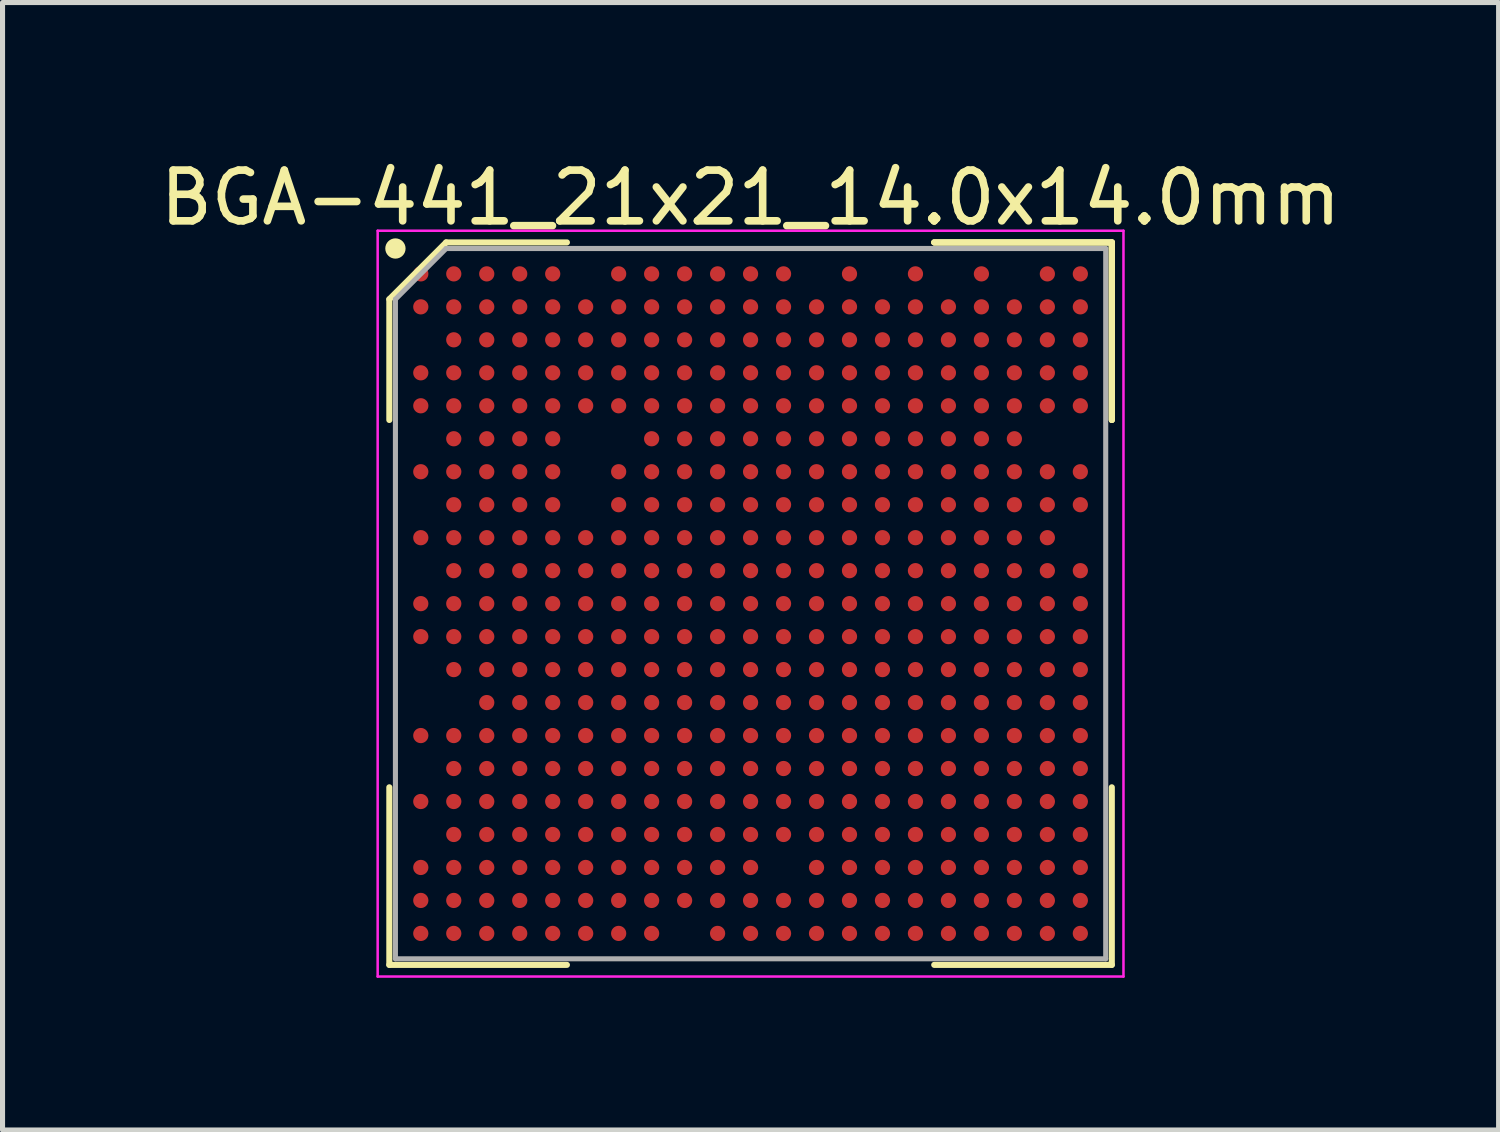
<source format=kicad_pcb>
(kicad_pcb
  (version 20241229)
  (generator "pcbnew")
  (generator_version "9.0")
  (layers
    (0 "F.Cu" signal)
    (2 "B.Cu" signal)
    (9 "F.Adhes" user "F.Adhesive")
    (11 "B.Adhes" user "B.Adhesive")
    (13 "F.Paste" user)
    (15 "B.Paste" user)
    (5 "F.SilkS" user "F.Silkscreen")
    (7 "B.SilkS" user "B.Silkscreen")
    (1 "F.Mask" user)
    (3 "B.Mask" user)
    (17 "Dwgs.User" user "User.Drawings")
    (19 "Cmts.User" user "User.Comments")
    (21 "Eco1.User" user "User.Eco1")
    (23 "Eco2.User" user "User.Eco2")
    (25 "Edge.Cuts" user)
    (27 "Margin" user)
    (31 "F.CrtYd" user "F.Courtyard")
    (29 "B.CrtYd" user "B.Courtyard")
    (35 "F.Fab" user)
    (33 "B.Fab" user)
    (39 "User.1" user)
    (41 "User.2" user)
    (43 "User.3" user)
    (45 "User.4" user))
  (footprint "BGA-441_21x21_14.0x14.0mm"
    (layer "F.Cu")
    (at 11.744 8.848)
    (property "Reference" "BGA-441_21x21_14.0x14.0mm" (at 0 -8 0) (layer "F.SilkS") (effects (font (size 1 1) (thickness 0.15))))
    (attr through_hole)
    (fp_line (start -7.12 -6) (end -7.12 -3.62) (stroke (width 0.12) (type default)) (layer "F.SilkS"))
    (fp_line (start -7.12 7.12) (end -7.12 3.62) (stroke (width 0.12) (type default)) (layer "F.SilkS"))
    (fp_line (start -6 -7.12) (end -7.12 -6) (stroke (width 0.12) (type default)) (layer "F.SilkS"))
    (fp_line (start -3.62 -7.12) (end -6 -7.12) (stroke (width 0.12) (type default)) (layer "F.SilkS"))
    (fp_line (start -3.62 7.12) (end -7.12 7.12) (stroke (width 0.12) (type default)) (layer "F.SilkS"))
    (fp_line (start 3.62 -7.12) (end 7.12 -7.12) (stroke (width 0.12) (type default)) (layer "F.SilkS"))
    (fp_line (start 3.62 -7.12) (end 7.12 -7.12) (stroke (width 0.12) (type default)) (layer "F.SilkS"))
    (fp_line (start 3.62 -7.12) (end 7.12 -7.12) (stroke (width 0.12) (type default)) (layer "F.SilkS"))
    (fp_line (start 3.62 7.12) (end 7.12 7.12) (stroke (width 0.12) (type default)) (layer "F.SilkS"))
    (fp_line (start 7.12 -7.12) (end 7.12 -3.62) (stroke (width 0.12) (type default)) (layer "F.SilkS"))
    (fp_line (start 7.12 -7.12) (end 7.12 -3.62) (stroke (width 0.12) (type default)) (layer "F.SilkS"))
    (fp_line (start 7.12 -7.12) (end 7.12 -3.62) (stroke (width 0.12) (type default)) (layer "F.SilkS"))
    (fp_line (start 7.12 7.12) (end 7.12 3.62) (stroke (width 0.12) (type default)) (layer "F.SilkS"))
    (fp_circle (center -7 -7) (end -7 -6.9) (stroke (width 0.2) (type default)) (fill no) (layer "F.SilkS"))
    (fp_line (start -7.35 -7.35) (end 7.35 -7.35) (stroke (width 0.05) (type default)) (layer "F.CrtYd"))
    (fp_line (start -7.35 7.35) (end -7.35 -7.35) (stroke (width 0.05) (type default)) (layer "F.CrtYd"))
    (fp_line (start 7.35 -7.35) (end 7.35 7.35) (stroke (width 0.05) (type default)) (layer "F.CrtYd"))
    (fp_line (start 7.35 7.35) (end -7.35 7.35) (stroke (width 0.05) (type default)) (layer "F.CrtYd"))
    (fp_line (start -7 -6) (end -7 7) (stroke (width 0.1) (type default)) (layer "F.Fab"))
    (fp_line (start -7 7) (end 7 7) (stroke (width 0.1) (type default)) (layer "F.Fab"))
    (fp_line (start -6 -7) (end -7 -6) (stroke (width 0.1) (type default)) (layer "F.Fab"))
    (fp_line (start 7 -7) (end -6 -7) (stroke (width 0.1) (type default)) (layer "F.Fab"))
    (fp_line (start 7 7) (end 7 -7) (stroke (width 0.1) (type default)) (layer "F.Fab"))
    (pad "A1" smd circle (at -6.5 -6.5) (size 0.3 0.3) (layers "F.Cu" "F.Mask" "F.Paste"))
    (pad "A2" smd circle (at -5.85 -6.5) (size 0.3 0.3) (layers "F.Cu" "F.Mask" "F.Paste"))
    (pad "A3" smd circle (at -5.2 -6.5) (size 0.3 0.3) (layers "F.Cu" "F.Mask" "F.Paste"))
    (pad "A4" smd circle (at -4.55 -6.5) (size 0.3 0.3) (layers "F.Cu" "F.Mask" "F.Paste"))
    (pad "A5" smd circle (at -3.9 -6.5) (size 0.3 0.3) (layers "F.Cu" "F.Mask" "F.Paste"))
    (pad "A7" smd circle (at -2.6 -6.5) (size 0.3 0.3) (layers "F.Cu" "F.Mask" "F.Paste"))
    (pad "A8" smd circle (at -1.95 -6.5) (size 0.3 0.3) (layers "F.Cu" "F.Mask" "F.Paste"))
    (pad "A9" smd circle (at -1.3 -6.5) (size 0.3 0.3) (layers "F.Cu" "F.Mask" "F.Paste"))
    (pad "A10" smd circle (at -0.65 -6.5) (size 0.3 0.3) (layers "F.Cu" "F.Mask" "F.Paste"))
    (pad "A11" smd circle (at 0 -6.5) (size 0.3 0.3) (layers "F.Cu" "F.Mask" "F.Paste"))
    (pad "A12" smd circle (at 0.65 -6.5) (size 0.3 0.3) (layers "F.Cu" "F.Mask" "F.Paste"))
    (pad "A14" smd circle (at 1.95 -6.5) (size 0.3 0.3) (layers "F.Cu" "F.Mask" "F.Paste"))
    (pad "A16" smd circle (at 3.25 -6.5) (size 0.3 0.3) (layers "F.Cu" "F.Mask" "F.Paste"))
    (pad "A18" smd circle (at 4.55 -6.5) (size 0.3 0.3) (layers "F.Cu" "F.Mask" "F.Paste"))
    (pad "A20" smd circle (at 5.85 -6.5) (size 0.3 0.3) (layers "F.Cu" "F.Mask" "F.Paste"))
    (pad "A21" smd circle (at 6.5 -6.5) (size 0.3 0.3) (layers "F.Cu" "F.Mask" "F.Paste"))
    (pad "AA1" smd circle (at -6.5 6.5) (size 0.3 0.3) (layers "F.Cu" "F.Mask" "F.Paste"))
    (pad "AA2" smd circle (at -5.85 6.5) (size 0.3 0.3) (layers "F.Cu" "F.Mask" "F.Paste"))
    (pad "AA3" smd circle (at -5.2 6.5) (size 0.3 0.3) (layers "F.Cu" "F.Mask" "F.Paste"))
    (pad "AA4" smd circle (at -4.55 6.5) (size 0.3 0.3) (layers "F.Cu" "F.Mask" "F.Paste"))
    (pad "AA5" smd circle (at -3.9 6.5) (size 0.3 0.3) (layers "F.Cu" "F.Mask" "F.Paste"))
    (pad "AA6" smd circle (at -3.25 6.5) (size 0.3 0.3) (layers "F.Cu" "F.Mask" "F.Paste"))
    (pad "AA7" smd circle (at -2.6 6.5) (size 0.3 0.3) (layers "F.Cu" "F.Mask" "F.Paste"))
    (pad "AA8" smd circle (at -1.95 6.5) (size 0.3 0.3) (layers "F.Cu" "F.Mask" "F.Paste"))
    (pad "AA10" smd circle (at -0.65 6.5) (size 0.3 0.3) (layers "F.Cu" "F.Mask" "F.Paste"))
    (pad "AA11" smd circle (at 0 6.5) (size 0.3 0.3) (layers "F.Cu" "F.Mask" "F.Paste"))
    (pad "AA12" smd circle (at 0.65 6.5) (size 0.3 0.3) (layers "F.Cu" "F.Mask" "F.Paste"))
    (pad "AA13" smd circle (at 1.3 6.5) (size 0.3 0.3) (layers "F.Cu" "F.Mask" "F.Paste"))
    (pad "AA14" smd circle (at 1.95 6.5) (size 0.3 0.3) (layers "F.Cu" "F.Mask" "F.Paste"))
    (pad "AA15" smd circle (at 2.6 6.5) (size 0.3 0.3) (layers "F.Cu" "F.Mask" "F.Paste"))
    (pad "AA16" smd circle (at 3.25 6.5) (size 0.3 0.3) (layers "F.Cu" "F.Mask" "F.Paste"))
    (pad "AA17" smd circle (at 3.9 6.5) (size 0.3 0.3) (layers "F.Cu" "F.Mask" "F.Paste"))
    (pad "AA18" smd circle (at 4.55 6.5) (size 0.3 0.3) (layers "F.Cu" "F.Mask" "F.Paste"))
    (pad "AA19" smd circle (at 5.2 6.5) (size 0.3 0.3) (layers "F.Cu" "F.Mask" "F.Paste"))
    (pad "AA20" smd circle (at 5.85 6.5) (size 0.3 0.3) (layers "F.Cu" "F.Mask" "F.Paste"))
    (pad "AA21" smd circle (at 6.5 6.5) (size 0.3 0.3) (layers "F.Cu" "F.Mask" "F.Paste"))
    (pad "B1" smd circle (at -6.5 -5.85) (size 0.3 0.3) (layers "F.Cu" "F.Mask" "F.Paste"))
    (pad "B2" smd circle (at -5.85 -5.85) (size 0.3 0.3) (layers "F.Cu" "F.Mask" "F.Paste"))
    (pad "B3" smd circle (at -5.2 -5.85) (size 0.3 0.3) (layers "F.Cu" "F.Mask" "F.Paste"))
    (pad "B4" smd circle (at -4.55 -5.85) (size 0.3 0.3) (layers "F.Cu" "F.Mask" "F.Paste"))
    (pad "B5" smd circle (at -3.9 -5.85) (size 0.3 0.3) (layers "F.Cu" "F.Mask" "F.Paste"))
    (pad "B6" smd circle (at -3.25 -5.85) (size 0.3 0.3) (layers "F.Cu" "F.Mask" "F.Paste"))
    (pad "B7" smd circle (at -2.6 -5.85) (size 0.3 0.3) (layers "F.Cu" "F.Mask" "F.Paste"))
    (pad "B8" smd circle (at -1.95 -5.85) (size 0.3 0.3) (layers "F.Cu" "F.Mask" "F.Paste"))
    (pad "B9" smd circle (at -1.3 -5.85) (size 0.3 0.3) (layers "F.Cu" "F.Mask" "F.Paste"))
    (pad "B10" smd circle (at -0.65 -5.85) (size 0.3 0.3) (layers "F.Cu" "F.Mask" "F.Paste"))
    (pad "B11" smd circle (at 0 -5.85) (size 0.3 0.3) (layers "F.Cu" "F.Mask" "F.Paste"))
    (pad "B12" smd circle (at 0.65 -5.85) (size 0.3 0.3) (layers "F.Cu" "F.Mask" "F.Paste"))
    (pad "B13" smd circle (at 1.3 -5.85) (size 0.3 0.3) (layers "F.Cu" "F.Mask" "F.Paste"))
    (pad "B14" smd circle (at 1.95 -5.85) (size 0.3 0.3) (layers "F.Cu" "F.Mask" "F.Paste"))
    (pad "B15" smd circle (at 2.6 -5.85) (size 0.3 0.3) (layers "F.Cu" "F.Mask" "F.Paste"))
    (pad "B16" smd circle (at 3.25 -5.85) (size 0.3 0.3) (layers "F.Cu" "F.Mask" "F.Paste"))
    (pad "B17" smd circle (at 3.9 -5.85) (size 0.3 0.3) (layers "F.Cu" "F.Mask" "F.Paste"))
    (pad "B18" smd circle (at 4.55 -5.85) (size 0.3 0.3) (layers "F.Cu" "F.Mask" "F.Paste"))
    (pad "B19" smd circle (at 5.2 -5.85) (size 0.3 0.3) (layers "F.Cu" "F.Mask" "F.Paste"))
    (pad "B20" smd circle (at 5.85 -5.85) (size 0.3 0.3) (layers "F.Cu" "F.Mask" "F.Paste"))
    (pad "B21" smd circle (at 6.5 -5.85) (size 0.3 0.3) (layers "F.Cu" "F.Mask" "F.Paste"))
    (pad "C2" smd circle (at -5.85 -5.2) (size 0.3 0.3) (layers "F.Cu" "F.Mask" "F.Paste"))
    (pad "C3" smd circle (at -5.2 -5.2) (size 0.3 0.3) (layers "F.Cu" "F.Mask" "F.Paste"))
    (pad "C4" smd circle (at -4.55 -5.2) (size 0.3 0.3) (layers "F.Cu" "F.Mask" "F.Paste"))
    (pad "C5" smd circle (at -3.9 -5.2) (size 0.3 0.3) (layers "F.Cu" "F.Mask" "F.Paste"))
    (pad "C6" smd circle (at -3.25 -5.2) (size 0.3 0.3) (layers "F.Cu" "F.Mask" "F.Paste"))
    (pad "C7" smd circle (at -2.6 -5.2) (size 0.3 0.3) (layers "F.Cu" "F.Mask" "F.Paste"))
    (pad "C8" smd circle (at -1.95 -5.2) (size 0.3 0.3) (layers "F.Cu" "F.Mask" "F.Paste"))
    (pad "C9" smd circle (at -1.3 -5.2) (size 0.3 0.3) (layers "F.Cu" "F.Mask" "F.Paste"))
    (pad "C10" smd circle (at -0.65 -5.2) (size 0.3 0.3) (layers "F.Cu" "F.Mask" "F.Paste"))
    (pad "C11" smd circle (at 0 -5.2) (size 0.3 0.3) (layers "F.Cu" "F.Mask" "F.Paste"))
    (pad "C12" smd circle (at 0.65 -5.2) (size 0.3 0.3) (layers "F.Cu" "F.Mask" "F.Paste"))
    (pad "C13" smd circle (at 1.3 -5.2) (size 0.3 0.3) (layers "F.Cu" "F.Mask" "F.Paste"))
    (pad "C14" smd circle (at 1.95 -5.2) (size 0.3 0.3) (layers "F.Cu" "F.Mask" "F.Paste"))
    (pad "C15" smd circle (at 2.6 -5.2) (size 0.3 0.3) (layers "F.Cu" "F.Mask" "F.Paste"))
    (pad "C16" smd circle (at 3.25 -5.2) (size 0.3 0.3) (layers "F.Cu" "F.Mask" "F.Paste"))
    (pad "C17" smd circle (at 3.9 -5.2) (size 0.3 0.3) (layers "F.Cu" "F.Mask" "F.Paste"))
    (pad "C18" smd circle (at 4.55 -5.2) (size 0.3 0.3) (layers "F.Cu" "F.Mask" "F.Paste"))
    (pad "C19" smd circle (at 5.2 -5.2) (size 0.3 0.3) (layers "F.Cu" "F.Mask" "F.Paste"))
    (pad "C20" smd circle (at 5.85 -5.2) (size 0.3 0.3) (layers "F.Cu" "F.Mask" "F.Paste"))
    (pad "C21" smd circle (at 6.5 -5.2) (size 0.3 0.3) (layers "F.Cu" "F.Mask" "F.Paste"))
    (pad "D1" smd circle (at -6.5 -4.55) (size 0.3 0.3) (layers "F.Cu" "F.Mask" "F.Paste"))
    (pad "D2" smd circle (at -5.85 -4.55) (size 0.3 0.3) (layers "F.Cu" "F.Mask" "F.Paste"))
    (pad "D3" smd circle (at -5.2 -4.55) (size 0.3 0.3) (layers "F.Cu" "F.Mask" "F.Paste"))
    (pad "D4" smd circle (at -4.55 -4.55) (size 0.3 0.3) (layers "F.Cu" "F.Mask" "F.Paste"))
    (pad "D5" smd circle (at -3.9 -4.55) (size 0.3 0.3) (layers "F.Cu" "F.Mask" "F.Paste"))
    (pad "D6" smd circle (at -3.25 -4.55) (size 0.3 0.3) (layers "F.Cu" "F.Mask" "F.Paste"))
    (pad "D7" smd circle (at -2.6 -4.55) (size 0.3 0.3) (layers "F.Cu" "F.Mask" "F.Paste"))
    (pad "D8" smd circle (at -1.95 -4.55) (size 0.3 0.3) (layers "F.Cu" "F.Mask" "F.Paste"))
    (pad "D9" smd circle (at -1.3 -4.55) (size 0.3 0.3) (layers "F.Cu" "F.Mask" "F.Paste"))
    (pad "D10" smd circle (at -0.65 -4.55) (size 0.3 0.3) (layers "F.Cu" "F.Mask" "F.Paste"))
    (pad "D11" smd circle (at 0 -4.55) (size 0.3 0.3) (layers "F.Cu" "F.Mask" "F.Paste"))
    (pad "D12" smd circle (at 0.65 -4.55) (size 0.3 0.3) (layers "F.Cu" "F.Mask" "F.Paste"))
    (pad "D13" smd circle (at 1.3 -4.55) (size 0.3 0.3) (layers "F.Cu" "F.Mask" "F.Paste"))
    (pad "D14" smd circle (at 1.95 -4.55) (size 0.3 0.3) (layers "F.Cu" "F.Mask" "F.Paste"))
    (pad "D15" smd circle (at 2.6 -4.55) (size 0.3 0.3) (layers "F.Cu" "F.Mask" "F.Paste"))
    (pad "D16" smd circle (at 3.25 -4.55) (size 0.3 0.3) (layers "F.Cu" "F.Mask" "F.Paste"))
    (pad "D17" smd circle (at 3.9 -4.55) (size 0.3 0.3) (layers "F.Cu" "F.Mask" "F.Paste"))
    (pad "D18" smd circle (at 4.55 -4.55) (size 0.3 0.3) (layers "F.Cu" "F.Mask" "F.Paste"))
    (pad "D19" smd circle (at 5.2 -4.55) (size 0.3 0.3) (layers "F.Cu" "F.Mask" "F.Paste"))
    (pad "D20" smd circle (at 5.85 -4.55) (size 0.3 0.3) (layers "F.Cu" "F.Mask" "F.Paste"))
    (pad "D21" smd circle (at 6.5 -4.55) (size 0.3 0.3) (layers "F.Cu" "F.Mask" "F.Paste"))
    (pad "E1" smd circle (at -6.5 -3.9) (size 0.3 0.3) (layers "F.Cu" "F.Mask" "F.Paste"))
    (pad "E2" smd circle (at -5.85 -3.9) (size 0.3 0.3) (layers "F.Cu" "F.Mask" "F.Paste"))
    (pad "E3" smd circle (at -5.2 -3.9) (size 0.3 0.3) (layers "F.Cu" "F.Mask" "F.Paste"))
    (pad "E4" smd circle (at -4.55 -3.9) (size 0.3 0.3) (layers "F.Cu" "F.Mask" "F.Paste"))
    (pad "E5" smd circle (at -3.9 -3.9) (size 0.3 0.3) (layers "F.Cu" "F.Mask" "F.Paste"))
    (pad "E6" smd circle (at -3.25 -3.9) (size 0.3 0.3) (layers "F.Cu" "F.Mask" "F.Paste"))
    (pad "E7" smd circle (at -2.6 -3.9) (size 0.3 0.3) (layers "F.Cu" "F.Mask" "F.Paste"))
    (pad "E8" smd circle (at -1.95 -3.9) (size 0.3 0.3) (layers "F.Cu" "F.Mask" "F.Paste"))
    (pad "E9" smd circle (at -1.3 -3.9) (size 0.3 0.3) (layers "F.Cu" "F.Mask" "F.Paste"))
    (pad "E10" smd circle (at -0.65 -3.9) (size 0.3 0.3) (layers "F.Cu" "F.Mask" "F.Paste"))
    (pad "E11" smd circle (at 0 -3.9) (size 0.3 0.3) (layers "F.Cu" "F.Mask" "F.Paste"))
    (pad "E12" smd circle (at 0.65 -3.9) (size 0.3 0.3) (layers "F.Cu" "F.Mask" "F.Paste"))
    (pad "E13" smd circle (at 1.3 -3.9) (size 0.3 0.3) (layers "F.Cu" "F.Mask" "F.Paste"))
    (pad "E14" smd circle (at 1.95 -3.9) (size 0.3 0.3) (layers "F.Cu" "F.Mask" "F.Paste"))
    (pad "E15" smd circle (at 2.6 -3.9) (size 0.3 0.3) (layers "F.Cu" "F.Mask" "F.Paste"))
    (pad "E16" smd circle (at 3.25 -3.9) (size 0.3 0.3) (layers "F.Cu" "F.Mask" "F.Paste"))
    (pad "E17" smd circle (at 3.9 -3.9) (size 0.3 0.3) (layers "F.Cu" "F.Mask" "F.Paste"))
    (pad "E18" smd circle (at 4.55 -3.9) (size 0.3 0.3) (layers "F.Cu" "F.Mask" "F.Paste"))
    (pad "E19" smd circle (at 5.2 -3.9) (size 0.3 0.3) (layers "F.Cu" "F.Mask" "F.Paste"))
    (pad "E20" smd circle (at 5.85 -3.9) (size 0.3 0.3) (layers "F.Cu" "F.Mask" "F.Paste"))
    (pad "E21" smd circle (at 6.5 -3.9) (size 0.3 0.3) (layers "F.Cu" "F.Mask" "F.Paste"))
    (pad "F2" smd circle (at -5.85 -3.25) (size 0.3 0.3) (layers "F.Cu" "F.Mask" "F.Paste"))
    (pad "F3" smd circle (at -5.2 -3.25) (size 0.3 0.3) (layers "F.Cu" "F.Mask" "F.Paste"))
    (pad "F4" smd circle (at -4.55 -3.25) (size 0.3 0.3) (layers "F.Cu" "F.Mask" "F.Paste"))
    (pad "F5" smd circle (at -3.9 -3.25) (size 0.3 0.3) (layers "F.Cu" "F.Mask" "F.Paste"))
    (pad "F8" smd circle (at -1.95 -3.25) (size 0.3 0.3) (layers "F.Cu" "F.Mask" "F.Paste"))
    (pad "F9" smd circle (at -1.3 -3.25) (size 0.3 0.3) (layers "F.Cu" "F.Mask" "F.Paste"))
    (pad "F10" smd circle (at -0.65 -3.25) (size 0.3 0.3) (layers "F.Cu" "F.Mask" "F.Paste"))
    (pad "F11" smd circle (at 0 -3.25) (size 0.3 0.3) (layers "F.Cu" "F.Mask" "F.Paste"))
    (pad "F12" smd circle (at 0.65 -3.25) (size 0.3 0.3) (layers "F.Cu" "F.Mask" "F.Paste"))
    (pad "F13" smd circle (at 1.3 -3.25) (size 0.3 0.3) (layers "F.Cu" "F.Mask" "F.Paste"))
    (pad "F14" smd circle (at 1.95 -3.25) (size 0.3 0.3) (layers "F.Cu" "F.Mask" "F.Paste"))
    (pad "F15" smd circle (at 2.6 -3.25) (size 0.3 0.3) (layers "F.Cu" "F.Mask" "F.Paste"))
    (pad "F16" smd circle (at 3.25 -3.25) (size 0.3 0.3) (layers "F.Cu" "F.Mask" "F.Paste"))
    (pad "F17" smd circle (at 3.9 -3.25) (size 0.3 0.3) (layers "F.Cu" "F.Mask" "F.Paste"))
    (pad "F18" smd circle (at 4.55 -3.25) (size 0.3 0.3) (layers "F.Cu" "F.Mask" "F.Paste"))
    (pad "F19" smd circle (at 5.2 -3.25) (size 0.3 0.3) (layers "F.Cu" "F.Mask" "F.Paste"))
    (pad "G1" smd circle (at -6.5 -2.6) (size 0.3 0.3) (layers "F.Cu" "F.Mask" "F.Paste"))
    (pad "G2" smd circle (at -5.85 -2.6) (size 0.3 0.3) (layers "F.Cu" "F.Mask" "F.Paste"))
    (pad "G3" smd circle (at -5.2 -2.6) (size 0.3 0.3) (layers "F.Cu" "F.Mask" "F.Paste"))
    (pad "G4" smd circle (at -4.55 -2.6) (size 0.3 0.3) (layers "F.Cu" "F.Mask" "F.Paste"))
    (pad "G5" smd circle (at -3.9 -2.6) (size 0.3 0.3) (layers "F.Cu" "F.Mask" "F.Paste"))
    (pad "G7" smd circle (at -2.6 -2.6) (size 0.3 0.3) (layers "F.Cu" "F.Mask" "F.Paste"))
    (pad "G8" smd circle (at -1.95 -2.6) (size 0.3 0.3) (layers "F.Cu" "F.Mask" "F.Paste"))
    (pad "G9" smd circle (at -1.3 -2.6) (size 0.3 0.3) (layers "F.Cu" "F.Mask" "F.Paste"))
    (pad "G10" smd circle (at -0.65 -2.6) (size 0.3 0.3) (layers "F.Cu" "F.Mask" "F.Paste"))
    (pad "G11" smd circle (at 0 -2.6) (size 0.3 0.3) (layers "F.Cu" "F.Mask" "F.Paste"))
    (pad "G12" smd circle (at 0.65 -2.6) (size 0.3 0.3) (layers "F.Cu" "F.Mask" "F.Paste"))
    (pad "G13" smd circle (at 1.3 -2.6) (size 0.3 0.3) (layers "F.Cu" "F.Mask" "F.Paste"))
    (pad "G14" smd circle (at 1.95 -2.6) (size 0.3 0.3) (layers "F.Cu" "F.Mask" "F.Paste"))
    (pad "G15" smd circle (at 2.6 -2.6) (size 0.3 0.3) (layers "F.Cu" "F.Mask" "F.Paste"))
    (pad "G16" smd circle (at 3.25 -2.6) (size 0.3 0.3) (layers "F.Cu" "F.Mask" "F.Paste"))
    (pad "G17" smd circle (at 3.9 -2.6) (size 0.3 0.3) (layers "F.Cu" "F.Mask" "F.Paste"))
    (pad "G18" smd circle (at 4.55 -2.6) (size 0.3 0.3) (layers "F.Cu" "F.Mask" "F.Paste"))
    (pad "G19" smd circle (at 5.2 -2.6) (size 0.3 0.3) (layers "F.Cu" "F.Mask" "F.Paste"))
    (pad "G20" smd circle (at 5.85 -2.6) (size 0.3 0.3) (layers "F.Cu" "F.Mask" "F.Paste"))
    (pad "G21" smd circle (at 6.5 -2.6) (size 0.3 0.3) (layers "F.Cu" "F.Mask" "F.Paste"))
    (pad "H2" smd circle (at -5.85 -1.95) (size 0.3 0.3) (layers "F.Cu" "F.Mask" "F.Paste"))
    (pad "H3" smd circle (at -5.2 -1.95) (size 0.3 0.3) (layers "F.Cu" "F.Mask" "F.Paste"))
    (pad "H4" smd circle (at -4.55 -1.95) (size 0.3 0.3) (layers "F.Cu" "F.Mask" "F.Paste"))
    (pad "H5" smd circle (at -3.9 -1.95) (size 0.3 0.3) (layers "F.Cu" "F.Mask" "F.Paste"))
    (pad "H7" smd circle (at -2.6 -1.95) (size 0.3 0.3) (layers "F.Cu" "F.Mask" "F.Paste"))
    (pad "H8" smd circle (at -1.95 -1.95) (size 0.3 0.3) (layers "F.Cu" "F.Mask" "F.Paste"))
    (pad "H9" smd circle (at -1.3 -1.95) (size 0.3 0.3) (layers "F.Cu" "F.Mask" "F.Paste"))
    (pad "H10" smd circle (at -0.65 -1.95) (size 0.3 0.3) (layers "F.Cu" "F.Mask" "F.Paste"))
    (pad "H11" smd circle (at 0 -1.95) (size 0.3 0.3) (layers "F.Cu" "F.Mask" "F.Paste"))
    (pad "H12" smd circle (at 0.65 -1.95) (size 0.3 0.3) (layers "F.Cu" "F.Mask" "F.Paste"))
    (pad "H13" smd circle (at 1.3 -1.95) (size 0.3 0.3) (layers "F.Cu" "F.Mask" "F.Paste"))
    (pad "H14" smd circle (at 1.95 -1.95) (size 0.3 0.3) (layers "F.Cu" "F.Mask" "F.Paste"))
    (pad "H15" smd circle (at 2.6 -1.95) (size 0.3 0.3) (layers "F.Cu" "F.Mask" "F.Paste"))
    (pad "H16" smd circle (at 3.25 -1.95) (size 0.3 0.3) (layers "F.Cu" "F.Mask" "F.Paste"))
    (pad "H17" smd circle (at 3.9 -1.95) (size 0.3 0.3) (layers "F.Cu" "F.Mask" "F.Paste"))
    (pad "H18" smd circle (at 4.55 -1.95) (size 0.3 0.3) (layers "F.Cu" "F.Mask" "F.Paste"))
    (pad "H19" smd circle (at 5.2 -1.95) (size 0.3 0.3) (layers "F.Cu" "F.Mask" "F.Paste"))
    (pad "H20" smd circle (at 5.85 -1.95) (size 0.3 0.3) (layers "F.Cu" "F.Mask" "F.Paste"))
    (pad "H21" smd circle (at 6.5 -1.95) (size 0.3 0.3) (layers "F.Cu" "F.Mask" "F.Paste"))
    (pad "J1" smd circle (at -6.5 -1.3) (size 0.3 0.3) (layers "F.Cu" "F.Mask" "F.Paste"))
    (pad "J2" smd circle (at -5.85 -1.3) (size 0.3 0.3) (layers "F.Cu" "F.Mask" "F.Paste"))
    (pad "J3" smd circle (at -5.2 -1.3) (size 0.3 0.3) (layers "F.Cu" "F.Mask" "F.Paste"))
    (pad "J4" smd circle (at -4.55 -1.3) (size 0.3 0.3) (layers "F.Cu" "F.Mask" "F.Paste"))
    (pad "J5" smd circle (at -3.9 -1.3) (size 0.3 0.3) (layers "F.Cu" "F.Mask" "F.Paste"))
    (pad "J6" smd circle (at -3.25 -1.3) (size 0.3 0.3) (layers "F.Cu" "F.Mask" "F.Paste"))
    (pad "J7" smd circle (at -2.6 -1.3) (size 0.3 0.3) (layers "F.Cu" "F.Mask" "F.Paste"))
    (pad "J8" smd circle (at -1.95 -1.3) (size 0.3 0.3) (layers "F.Cu" "F.Mask" "F.Paste"))
    (pad "J9" smd circle (at -1.3 -1.3) (size 0.3 0.3) (layers "F.Cu" "F.Mask" "F.Paste"))
    (pad "J10" smd circle (at -0.65 -1.3) (size 0.3 0.3) (layers "F.Cu" "F.Mask" "F.Paste"))
    (pad "J11" smd circle (at 0 -1.3) (size 0.3 0.3) (layers "F.Cu" "F.Mask" "F.Paste"))
    (pad "J12" smd circle (at 0.65 -1.3) (size 0.3 0.3) (layers "F.Cu" "F.Mask" "F.Paste"))
    (pad "J13" smd circle (at 1.3 -1.3) (size 0.3 0.3) (layers "F.Cu" "F.Mask" "F.Paste"))
    (pad "J14" smd circle (at 1.95 -1.3) (size 0.3 0.3) (layers "F.Cu" "F.Mask" "F.Paste"))
    (pad "J15" smd circle (at 2.6 -1.3) (size 0.3 0.3) (layers "F.Cu" "F.Mask" "F.Paste"))
    (pad "J16" smd circle (at 3.25 -1.3) (size 0.3 0.3) (layers "F.Cu" "F.Mask" "F.Paste"))
    (pad "J17" smd circle (at 3.9 -1.3) (size 0.3 0.3) (layers "F.Cu" "F.Mask" "F.Paste"))
    (pad "J18" smd circle (at 4.55 -1.3) (size 0.3 0.3) (layers "F.Cu" "F.Mask" "F.Paste"))
    (pad "J19" smd circle (at 5.2 -1.3) (size 0.3 0.3) (layers "F.Cu" "F.Mask" "F.Paste"))
    (pad "J20" smd circle (at 5.85 -1.3) (size 0.3 0.3) (layers "F.Cu" "F.Mask" "F.Paste"))
    (pad "K2" smd circle (at -5.85 -0.65) (size 0.3 0.3) (layers "F.Cu" "F.Mask" "F.Paste"))
    (pad "K3" smd circle (at -5.2 -0.65) (size 0.3 0.3) (layers "F.Cu" "F.Mask" "F.Paste"))
    (pad "K4" smd circle (at -4.55 -0.65) (size 0.3 0.3) (layers "F.Cu" "F.Mask" "F.Paste"))
    (pad "K5" smd circle (at -3.9 -0.65) (size 0.3 0.3) (layers "F.Cu" "F.Mask" "F.Paste"))
    (pad "K6" smd circle (at -3.25 -0.65) (size 0.3 0.3) (layers "F.Cu" "F.Mask" "F.Paste"))
    (pad "K7" smd circle (at -2.6 -0.65) (size 0.3 0.3) (layers "F.Cu" "F.Mask" "F.Paste"))
    (pad "K8" smd circle (at -1.95 -0.65) (size 0.3 0.3) (layers "F.Cu" "F.Mask" "F.Paste"))
    (pad "K9" smd circle (at -1.3 -0.65) (size 0.3 0.3) (layers "F.Cu" "F.Mask" "F.Paste"))
    (pad "K10" smd circle (at -0.65 -0.65) (size 0.3 0.3) (layers "F.Cu" "F.Mask" "F.Paste"))
    (pad "K11" smd circle (at 0 -0.65) (size 0.3 0.3) (layers "F.Cu" "F.Mask" "F.Paste"))
    (pad "K12" smd circle (at 0.65 -0.65) (size 0.3 0.3) (layers "F.Cu" "F.Mask" "F.Paste"))
    (pad "K13" smd circle (at 1.3 -0.65) (size 0.3 0.3) (layers "F.Cu" "F.Mask" "F.Paste"))
    (pad "K14" smd circle (at 1.95 -0.65) (size 0.3 0.3) (layers "F.Cu" "F.Mask" "F.Paste"))
    (pad "K15" smd circle (at 2.6 -0.65) (size 0.3 0.3) (layers "F.Cu" "F.Mask" "F.Paste"))
    (pad "K16" smd circle (at 3.25 -0.65) (size 0.3 0.3) (layers "F.Cu" "F.Mask" "F.Paste"))
    (pad "K17" smd circle (at 3.9 -0.65) (size 0.3 0.3) (layers "F.Cu" "F.Mask" "F.Paste"))
    (pad "K18" smd circle (at 4.55 -0.65) (size 0.3 0.3) (layers "F.Cu" "F.Mask" "F.Paste"))
    (pad "K19" smd circle (at 5.2 -0.65) (size 0.3 0.3) (layers "F.Cu" "F.Mask" "F.Paste"))
    (pad "K20" smd circle (at 5.85 -0.65) (size 0.3 0.3) (layers "F.Cu" "F.Mask" "F.Paste"))
    (pad "K21" smd circle (at 6.5 -0.65) (size 0.3 0.3) (layers "F.Cu" "F.Mask" "F.Paste"))
    (pad "L1" smd circle (at -6.5 0) (size 0.3 0.3) (layers "F.Cu" "F.Mask" "F.Paste"))
    (pad "L2" smd circle (at -5.85 0) (size 0.3 0.3) (layers "F.Cu" "F.Mask" "F.Paste"))
    (pad "L3" smd circle (at -5.2 0) (size 0.3 0.3) (layers "F.Cu" "F.Mask" "F.Paste"))
    (pad "L4" smd circle (at -4.55 0) (size 0.3 0.3) (layers "F.Cu" "F.Mask" "F.Paste"))
    (pad "L5" smd circle (at -3.9 0) (size 0.3 0.3) (layers "F.Cu" "F.Mask" "F.Paste"))
    (pad "L6" smd circle (at -3.25 0) (size 0.3 0.3) (layers "F.Cu" "F.Mask" "F.Paste"))
    (pad "L7" smd circle (at -2.6 0) (size 0.3 0.3) (layers "F.Cu" "F.Mask" "F.Paste"))
    (pad "L8" smd circle (at -1.95 0) (size 0.3 0.3) (layers "F.Cu" "F.Mask" "F.Paste"))
    (pad "L9" smd circle (at -1.3 0) (size 0.3 0.3) (layers "F.Cu" "F.Mask" "F.Paste"))
    (pad "L10" smd circle (at -0.65 0) (size 0.3 0.3) (layers "F.Cu" "F.Mask" "F.Paste"))
    (pad "L11" smd circle (at 0 0) (size 0.3 0.3) (layers "F.Cu" "F.Mask" "F.Paste"))
    (pad "L12" smd circle (at 0.65 0) (size 0.3 0.3) (layers "F.Cu" "F.Mask" "F.Paste"))
    (pad "L13" smd circle (at 1.3 0) (size 0.3 0.3) (layers "F.Cu" "F.Mask" "F.Paste"))
    (pad "L14" smd circle (at 1.95 0) (size 0.3 0.3) (layers "F.Cu" "F.Mask" "F.Paste"))
    (pad "L15" smd circle (at 2.6 0) (size 0.3 0.3) (layers "F.Cu" "F.Mask" "F.Paste"))
    (pad "L16" smd circle (at 3.25 0) (size 0.3 0.3) (layers "F.Cu" "F.Mask" "F.Paste"))
    (pad "L17" smd circle (at 3.9 0) (size 0.3 0.3) (layers "F.Cu" "F.Mask" "F.Paste"))
    (pad "L18" smd circle (at 4.55 0) (size 0.3 0.3) (layers "F.Cu" "F.Mask" "F.Paste"))
    (pad "L19" smd circle (at 5.2 0) (size 0.3 0.3) (layers "F.Cu" "F.Mask" "F.Paste"))
    (pad "L20" smd circle (at 5.85 0) (size 0.3 0.3) (layers "F.Cu" "F.Mask" "F.Paste"))
    (pad "L21" smd circle (at 6.5 0) (size 0.3 0.3) (layers "F.Cu" "F.Mask" "F.Paste"))
    (pad "M1" smd circle (at -6.5 0.65) (size 0.3 0.3) (layers "F.Cu" "F.Mask" "F.Paste"))
    (pad "M2" smd circle (at -5.85 0.65) (size 0.3 0.3) (layers "F.Cu" "F.Mask" "F.Paste"))
    (pad "M3" smd circle (at -5.2 0.65) (size 0.3 0.3) (layers "F.Cu" "F.Mask" "F.Paste"))
    (pad "M4" smd circle (at -4.55 0.65) (size 0.3 0.3) (layers "F.Cu" "F.Mask" "F.Paste"))
    (pad "M5" smd circle (at -3.9 0.65) (size 0.3 0.3) (layers "F.Cu" "F.Mask" "F.Paste"))
    (pad "M6" smd circle (at -3.25 0.65) (size 0.3 0.3) (layers "F.Cu" "F.Mask" "F.Paste"))
    (pad "M7" smd circle (at -2.6 0.65) (size 0.3 0.3) (layers "F.Cu" "F.Mask" "F.Paste"))
    (pad "M8" smd circle (at -1.95 0.65) (size 0.3 0.3) (layers "F.Cu" "F.Mask" "F.Paste"))
    (pad "M9" smd circle (at -1.3 0.65) (size 0.3 0.3) (layers "F.Cu" "F.Mask" "F.Paste"))
    (pad "M10" smd circle (at -0.65 0.65) (size 0.3 0.3) (layers "F.Cu" "F.Mask" "F.Paste"))
    (pad "M11" smd circle (at 0 0.65) (size 0.3 0.3) (layers "F.Cu" "F.Mask" "F.Paste"))
    (pad "M12" smd circle (at 0.65 0.65) (size 0.3 0.3) (layers "F.Cu" "F.Mask" "F.Paste"))
    (pad "M13" smd circle (at 1.3 0.65) (size 0.3 0.3) (layers "F.Cu" "F.Mask" "F.Paste"))
    (pad "M14" smd circle (at 1.95 0.65) (size 0.3 0.3) (layers "F.Cu" "F.Mask" "F.Paste"))
    (pad "M15" smd circle (at 2.6 0.65) (size 0.3 0.3) (layers "F.Cu" "F.Mask" "F.Paste"))
    (pad "M16" smd circle (at 3.25 0.65) (size 0.3 0.3) (layers "F.Cu" "F.Mask" "F.Paste"))
    (pad "M17" smd circle (at 3.9 0.65) (size 0.3 0.3) (layers "F.Cu" "F.Mask" "F.Paste"))
    (pad "M18" smd circle (at 4.55 0.65) (size 0.3 0.3) (layers "F.Cu" "F.Mask" "F.Paste"))
    (pad "M19" smd circle (at 5.2 0.65) (size 0.3 0.3) (layers "F.Cu" "F.Mask" "F.Paste"))
    (pad "M20" smd circle (at 5.85 0.65) (size 0.3 0.3) (layers "F.Cu" "F.Mask" "F.Paste"))
    (pad "M21" smd circle (at 6.5 0.65) (size 0.3 0.3) (layers "F.Cu" "F.Mask" "F.Paste"))
    (pad "N2" smd circle (at -5.85 1.3) (size 0.3 0.3) (layers "F.Cu" "F.Mask" "F.Paste"))
    (pad "N3" smd circle (at -5.2 1.3) (size 0.3 0.3) (layers "F.Cu" "F.Mask" "F.Paste"))
    (pad "N4" smd circle (at -4.55 1.3) (size 0.3 0.3) (layers "F.Cu" "F.Mask" "F.Paste"))
    (pad "N5" smd circle (at -3.9 1.3) (size 0.3 0.3) (layers "F.Cu" "F.Mask" "F.Paste"))
    (pad "N6" smd circle (at -3.25 1.3) (size 0.3 0.3) (layers "F.Cu" "F.Mask" "F.Paste"))
    (pad "N7" smd circle (at -2.6 1.3) (size 0.3 0.3) (layers "F.Cu" "F.Mask" "F.Paste"))
    (pad "N8" smd circle (at -1.95 1.3) (size 0.3 0.3) (layers "F.Cu" "F.Mask" "F.Paste"))
    (pad "N9" smd circle (at -1.3 1.3) (size 0.3 0.3) (layers "F.Cu" "F.Mask" "F.Paste"))
    (pad "N10" smd circle (at -0.65 1.3) (size 0.3 0.3) (layers "F.Cu" "F.Mask" "F.Paste"))
    (pad "N11" smd circle (at 0 1.3) (size 0.3 0.3) (layers "F.Cu" "F.Mask" "F.Paste"))
    (pad "N12" smd circle (at 0.65 1.3) (size 0.3 0.3) (layers "F.Cu" "F.Mask" "F.Paste"))
    (pad "N13" smd circle (at 1.3 1.3) (size 0.3 0.3) (layers "F.Cu" "F.Mask" "F.Paste"))
    (pad "N14" smd circle (at 1.95 1.3) (size 0.3 0.3) (layers "F.Cu" "F.Mask" "F.Paste"))
    (pad "N15" smd circle (at 2.6 1.3) (size 0.3 0.3) (layers "F.Cu" "F.Mask" "F.Paste"))
    (pad "N16" smd circle (at 3.25 1.3) (size 0.3 0.3) (layers "F.Cu" "F.Mask" "F.Paste"))
    (pad "N17" smd circle (at 3.9 1.3) (size 0.3 0.3) (layers "F.Cu" "F.Mask" "F.Paste"))
    (pad "N18" smd circle (at 4.55 1.3) (size 0.3 0.3) (layers "F.Cu" "F.Mask" "F.Paste"))
    (pad "N19" smd circle (at 5.2 1.3) (size 0.3 0.3) (layers "F.Cu" "F.Mask" "F.Paste"))
    (pad "N20" smd circle (at 5.85 1.3) (size 0.3 0.3) (layers "F.Cu" "F.Mask" "F.Paste"))
    (pad "N21" smd circle (at 6.5 1.3) (size 0.3 0.3) (layers "F.Cu" "F.Mask" "F.Paste"))
    (pad "P3" smd circle (at -5.2 1.95) (size 0.3 0.3) (layers "F.Cu" "F.Mask" "F.Paste"))
    (pad "P4" smd circle (at -4.55 1.95) (size 0.3 0.3) (layers "F.Cu" "F.Mask" "F.Paste"))
    (pad "P5" smd circle (at -3.9 1.95) (size 0.3 0.3) (layers "F.Cu" "F.Mask" "F.Paste"))
    (pad "P6" smd circle (at -3.25 1.95) (size 0.3 0.3) (layers "F.Cu" "F.Mask" "F.Paste"))
    (pad "P7" smd circle (at -2.6 1.95) (size 0.3 0.3) (layers "F.Cu" "F.Mask" "F.Paste"))
    (pad "P8" smd circle (at -1.95 1.95) (size 0.3 0.3) (layers "F.Cu" "F.Mask" "F.Paste"))
    (pad "P9" smd circle (at -1.3 1.95) (size 0.3 0.3) (layers "F.Cu" "F.Mask" "F.Paste"))
    (pad "P10" smd circle (at -0.65 1.95) (size 0.3 0.3) (layers "F.Cu" "F.Mask" "F.Paste"))
    (pad "P11" smd circle (at 0 1.95) (size 0.3 0.3) (layers "F.Cu" "F.Mask" "F.Paste"))
    (pad "P12" smd circle (at 0.65 1.95) (size 0.3 0.3) (layers "F.Cu" "F.Mask" "F.Paste"))
    (pad "P13" smd circle (at 1.3 1.95) (size 0.3 0.3) (layers "F.Cu" "F.Mask" "F.Paste"))
    (pad "P14" smd circle (at 1.95 1.95) (size 0.3 0.3) (layers "F.Cu" "F.Mask" "F.Paste"))
    (pad "P15" smd circle (at 2.6 1.95) (size 0.3 0.3) (layers "F.Cu" "F.Mask" "F.Paste"))
    (pad "P16" smd circle (at 3.25 1.95) (size 0.3 0.3) (layers "F.Cu" "F.Mask" "F.Paste"))
    (pad "P17" smd circle (at 3.9 1.95) (size 0.3 0.3) (layers "F.Cu" "F.Mask" "F.Paste"))
    (pad "P18" smd circle (at 4.55 1.95) (size 0.3 0.3) (layers "F.Cu" "F.Mask" "F.Paste"))
    (pad "P19" smd circle (at 5.2 1.95) (size 0.3 0.3) (layers "F.Cu" "F.Mask" "F.Paste"))
    (pad "P20" smd circle (at 5.85 1.95) (size 0.3 0.3) (layers "F.Cu" "F.Mask" "F.Paste"))
    (pad "P21" smd circle (at 6.5 1.95) (size 0.3 0.3) (layers "F.Cu" "F.Mask" "F.Paste"))
    (pad "R1" smd circle (at -6.5 2.6) (size 0.3 0.3) (layers "F.Cu" "F.Mask" "F.Paste"))
    (pad "R2" smd circle (at -5.85 2.6) (size 0.3 0.3) (layers "F.Cu" "F.Mask" "F.Paste"))
    (pad "R3" smd circle (at -5.2 2.6) (size 0.3 0.3) (layers "F.Cu" "F.Mask" "F.Paste"))
    (pad "R4" smd circle (at -4.55 2.6) (size 0.3 0.3) (layers "F.Cu" "F.Mask" "F.Paste"))
    (pad "R5" smd circle (at -3.9 2.6) (size 0.3 0.3) (layers "F.Cu" "F.Mask" "F.Paste"))
    (pad "R6" smd circle (at -3.25 2.6) (size 0.3 0.3) (layers "F.Cu" "F.Mask" "F.Paste"))
    (pad "R7" smd circle (at -2.6 2.6) (size 0.3 0.3) (layers "F.Cu" "F.Mask" "F.Paste"))
    (pad "R8" smd circle (at -1.95 2.6) (size 0.3 0.3) (layers "F.Cu" "F.Mask" "F.Paste"))
    (pad "R9" smd circle (at -1.3 2.6) (size 0.3 0.3) (layers "F.Cu" "F.Mask" "F.Paste"))
    (pad "R10" smd circle (at -0.65 2.6) (size 0.3 0.3) (layers "F.Cu" "F.Mask" "F.Paste"))
    (pad "R11" smd circle (at 0 2.6) (size 0.3 0.3) (layers "F.Cu" "F.Mask" "F.Paste"))
    (pad "R12" smd circle (at 0.65 2.6) (size 0.3 0.3) (layers "F.Cu" "F.Mask" "F.Paste"))
    (pad "R13" smd circle (at 1.3 2.6) (size 0.3 0.3) (layers "F.Cu" "F.Mask" "F.Paste"))
    (pad "R14" smd circle (at 1.95 2.6) (size 0.3 0.3) (layers "F.Cu" "F.Mask" "F.Paste"))
    (pad "R15" smd circle (at 2.6 2.6) (size 0.3 0.3) (layers "F.Cu" "F.Mask" "F.Paste"))
    (pad "R16" smd circle (at 3.25 2.6) (size 0.3 0.3) (layers "F.Cu" "F.Mask" "F.Paste"))
    (pad "R17" smd circle (at 3.9 2.6) (size 0.3 0.3) (layers "F.Cu" "F.Mask" "F.Paste"))
    (pad "R18" smd circle (at 4.55 2.6) (size 0.3 0.3) (layers "F.Cu" "F.Mask" "F.Paste"))
    (pad "R19" smd circle (at 5.2 2.6) (size 0.3 0.3) (layers "F.Cu" "F.Mask" "F.Paste"))
    (pad "R20" smd circle (at 5.85 2.6) (size 0.3 0.3) (layers "F.Cu" "F.Mask" "F.Paste"))
    (pad "R21" smd circle (at 6.5 2.6) (size 0.3 0.3) (layers "F.Cu" "F.Mask" "F.Paste"))
    (pad "T2" smd circle (at -5.85 3.25) (size 0.3 0.3) (layers "F.Cu" "F.Mask" "F.Paste"))
    (pad "T3" smd circle (at -5.2 3.25) (size 0.3 0.3) (layers "F.Cu" "F.Mask" "F.Paste"))
    (pad "T4" smd circle (at -4.55 3.25) (size 0.3 0.3) (layers "F.Cu" "F.Mask" "F.Paste"))
    (pad "T5" smd circle (at -3.9 3.25) (size 0.3 0.3) (layers "F.Cu" "F.Mask" "F.Paste"))
    (pad "T6" smd circle (at -3.25 3.25) (size 0.3 0.3) (layers "F.Cu" "F.Mask" "F.Paste"))
    (pad "T7" smd circle (at -2.6 3.25) (size 0.3 0.3) (layers "F.Cu" "F.Mask" "F.Paste"))
    (pad "T8" smd circle (at -1.95 3.25) (size 0.3 0.3) (layers "F.Cu" "F.Mask" "F.Paste"))
    (pad "T9" smd circle (at -1.3 3.25) (size 0.3 0.3) (layers "F.Cu" "F.Mask" "F.Paste"))
    (pad "T10" smd circle (at -0.65 3.25) (size 0.3 0.3) (layers "F.Cu" "F.Mask" "F.Paste"))
    (pad "T11" smd circle (at 0 3.25) (size 0.3 0.3) (layers "F.Cu" "F.Mask" "F.Paste"))
    (pad "T12" smd circle (at 0.65 3.25) (size 0.3 0.3) (layers "F.Cu" "F.Mask" "F.Paste"))
    (pad "T13" smd circle (at 1.3 3.25) (size 0.3 0.3) (layers "F.Cu" "F.Mask" "F.Paste"))
    (pad "T14" smd circle (at 1.95 3.25) (size 0.3 0.3) (layers "F.Cu" "F.Mask" "F.Paste"))
    (pad "T15" smd circle (at 2.6 3.25) (size 0.3 0.3) (layers "F.Cu" "F.Mask" "F.Paste"))
    (pad "T16" smd circle (at 3.25 3.25) (size 0.3 0.3) (layers "F.Cu" "F.Mask" "F.Paste"))
    (pad "T17" smd circle (at 3.9 3.25) (size 0.3 0.3) (layers "F.Cu" "F.Mask" "F.Paste"))
    (pad "T18" smd circle (at 4.55 3.25) (size 0.3 0.3) (layers "F.Cu" "F.Mask" "F.Paste"))
    (pad "T19" smd circle (at 5.2 3.25) (size 0.3 0.3) (layers "F.Cu" "F.Mask" "F.Paste"))
    (pad "T20" smd circle (at 5.85 3.25) (size 0.3 0.3) (layers "F.Cu" "F.Mask" "F.Paste"))
    (pad "T21" smd circle (at 6.5 3.25) (size 0.3 0.3) (layers "F.Cu" "F.Mask" "F.Paste"))
    (pad "U1" smd circle (at -6.5 3.9) (size 0.3 0.3) (layers "F.Cu" "F.Mask" "F.Paste"))
    (pad "U2" smd circle (at -5.85 3.9) (size 0.3 0.3) (layers "F.Cu" "F.Mask" "F.Paste"))
    (pad "U3" smd circle (at -5.2 3.9) (size 0.3 0.3) (layers "F.Cu" "F.Mask" "F.Paste"))
    (pad "U4" smd circle (at -4.55 3.9) (size 0.3 0.3) (layers "F.Cu" "F.Mask" "F.Paste"))
    (pad "U5" smd circle (at -3.9 3.9) (size 0.3 0.3) (layers "F.Cu" "F.Mask" "F.Paste"))
    (pad "U6" smd circle (at -3.25 3.9) (size 0.3 0.3) (layers "F.Cu" "F.Mask" "F.Paste"))
    (pad "U7" smd circle (at -2.6 3.9) (size 0.3 0.3) (layers "F.Cu" "F.Mask" "F.Paste"))
    (pad "U8" smd circle (at -1.95 3.9) (size 0.3 0.3) (layers "F.Cu" "F.Mask" "F.Paste"))
    (pad "U9" smd circle (at -1.3 3.9) (size 0.3 0.3) (layers "F.Cu" "F.Mask" "F.Paste"))
    (pad "U10" smd circle (at -0.65 3.9) (size 0.3 0.3) (layers "F.Cu" "F.Mask" "F.Paste"))
    (pad "U11" smd circle (at 0 3.9) (size 0.3 0.3) (layers "F.Cu" "F.Mask" "F.Paste"))
    (pad "U12" smd circle (at 0.65 3.9) (size 0.3 0.3) (layers "F.Cu" "F.Mask" "F.Paste"))
    (pad "U13" smd circle (at 1.3 3.9) (size 0.3 0.3) (layers "F.Cu" "F.Mask" "F.Paste"))
    (pad "U14" smd circle (at 1.95 3.9) (size 0.3 0.3) (layers "F.Cu" "F.Mask" "F.Paste"))
    (pad "U15" smd circle (at 2.6 3.9) (size 0.3 0.3) (layers "F.Cu" "F.Mask" "F.Paste"))
    (pad "U16" smd circle (at 3.25 3.9) (size 0.3 0.3) (layers "F.Cu" "F.Mask" "F.Paste"))
    (pad "U17" smd circle (at 3.9 3.9) (size 0.3 0.3) (layers "F.Cu" "F.Mask" "F.Paste"))
    (pad "U18" smd circle (at 4.55 3.9) (size 0.3 0.3) (layers "F.Cu" "F.Mask" "F.Paste"))
    (pad "U19" smd circle (at 5.2 3.9) (size 0.3 0.3) (layers "F.Cu" "F.Mask" "F.Paste"))
    (pad "U20" smd circle (at 5.85 3.9) (size 0.3 0.3) (layers "F.Cu" "F.Mask" "F.Paste"))
    (pad "U21" smd circle (at 6.5 3.9) (size 0.3 0.3) (layers "F.Cu" "F.Mask" "F.Paste"))
    (pad "V2" smd circle (at -5.85 4.55) (size 0.3 0.3) (layers "F.Cu" "F.Mask" "F.Paste"))
    (pad "V3" smd circle (at -5.2 4.55) (size 0.3 0.3) (layers "F.Cu" "F.Mask" "F.Paste"))
    (pad "V4" smd circle (at -4.55 4.55) (size 0.3 0.3) (layers "F.Cu" "F.Mask" "F.Paste"))
    (pad "V5" smd circle (at -3.9 4.55) (size 0.3 0.3) (layers "F.Cu" "F.Mask" "F.Paste"))
    (pad "V6" smd circle (at -3.25 4.55) (size 0.3 0.3) (layers "F.Cu" "F.Mask" "F.Paste"))
    (pad "V7" smd circle (at -2.6 4.55) (size 0.3 0.3) (layers "F.Cu" "F.Mask" "F.Paste"))
    (pad "V8" smd circle (at -1.95 4.55) (size 0.3 0.3) (layers "F.Cu" "F.Mask" "F.Paste"))
    (pad "V9" smd circle (at -1.3 4.55) (size 0.3 0.3) (layers "F.Cu" "F.Mask" "F.Paste"))
    (pad "V10" smd circle (at -0.65 4.55) (size 0.3 0.3) (layers "F.Cu" "F.Mask" "F.Paste"))
    (pad "V11" smd circle (at 0 4.55) (size 0.3 0.3) (layers "F.Cu" "F.Mask" "F.Paste"))
    (pad "V12" smd circle (at 0.65 4.55) (size 0.3 0.3) (layers "F.Cu" "F.Mask" "F.Paste"))
    (pad "V13" smd circle (at 1.3 4.55) (size 0.3 0.3) (layers "F.Cu" "F.Mask" "F.Paste"))
    (pad "V14" smd circle (at 1.95 4.55) (size 0.3 0.3) (layers "F.Cu" "F.Mask" "F.Paste"))
    (pad "V15" smd circle (at 2.6 4.55) (size 0.3 0.3) (layers "F.Cu" "F.Mask" "F.Paste"))
    (pad "V16" smd circle (at 3.25 4.55) (size 0.3 0.3) (layers "F.Cu" "F.Mask" "F.Paste"))
    (pad "V17" smd circle (at 3.9 4.55) (size 0.3 0.3) (layers "F.Cu" "F.Mask" "F.Paste"))
    (pad "V18" smd circle (at 4.55 4.55) (size 0.3 0.3) (layers "F.Cu" "F.Mask" "F.Paste"))
    (pad "V19" smd circle (at 5.2 4.55) (size 0.3 0.3) (layers "F.Cu" "F.Mask" "F.Paste"))
    (pad "V20" smd circle (at 5.85 4.55) (size 0.3 0.3) (layers "F.Cu" "F.Mask" "F.Paste"))
    (pad "V21" smd circle (at 6.5 4.55) (size 0.3 0.3) (layers "F.Cu" "F.Mask" "F.Paste"))
    (pad "W1" smd circle (at -6.5 5.2) (size 0.3 0.3) (layers "F.Cu" "F.Mask" "F.Paste"))
    (pad "W2" smd circle (at -5.85 5.2) (size 0.3 0.3) (layers "F.Cu" "F.Mask" "F.Paste"))
    (pad "W3" smd circle (at -5.2 5.2) (size 0.3 0.3) (layers "F.Cu" "F.Mask" "F.Paste"))
    (pad "W4" smd circle (at -4.55 5.2) (size 0.3 0.3) (layers "F.Cu" "F.Mask" "F.Paste"))
    (pad "W5" smd circle (at -3.9 5.2) (size 0.3 0.3) (layers "F.Cu" "F.Mask" "F.Paste"))
    (pad "W6" smd circle (at -3.25 5.2) (size 0.3 0.3) (layers "F.Cu" "F.Mask" "F.Paste"))
    (pad "W7" smd circle (at -2.6 5.2) (size 0.3 0.3) (layers "F.Cu" "F.Mask" "F.Paste"))
    (pad "W8" smd circle (at -1.95 5.2) (size 0.3 0.3) (layers "F.Cu" "F.Mask" "F.Paste"))
    (pad "W9" smd circle (at -1.3 5.2) (size 0.3 0.3) (layers "F.Cu" "F.Mask" "F.Paste"))
    (pad "W10" smd circle (at -0.65 5.2) (size 0.3 0.3) (layers "F.Cu" "F.Mask" "F.Paste"))
    (pad "W11" smd circle (at 0 5.2) (size 0.3 0.3) (layers "F.Cu" "F.Mask" "F.Paste"))
    (pad "W13" smd circle (at 1.3 5.2) (size 0.3 0.3) (layers "F.Cu" "F.Mask" "F.Paste"))
    (pad "W14" smd circle (at 1.95 5.2) (size 0.3 0.3) (layers "F.Cu" "F.Mask" "F.Paste"))
    (pad "W15" smd circle (at 2.6 5.2) (size 0.3 0.3) (layers "F.Cu" "F.Mask" "F.Paste"))
    (pad "W16" smd circle (at 3.25 5.2) (size 0.3 0.3) (layers "F.Cu" "F.Mask" "F.Paste"))
    (pad "W17" smd circle (at 3.9 5.2) (size 0.3 0.3) (layers "F.Cu" "F.Mask" "F.Paste"))
    (pad "W18" smd circle (at 4.55 5.2) (size 0.3 0.3) (layers "F.Cu" "F.Mask" "F.Paste"))
    (pad "W19" smd circle (at 5.2 5.2) (size 0.3 0.3) (layers "F.Cu" "F.Mask" "F.Paste"))
    (pad "W20" smd circle (at 5.85 5.2) (size 0.3 0.3) (layers "F.Cu" "F.Mask" "F.Paste"))
    (pad "W21" smd circle (at 6.5 5.2) (size 0.3 0.3) (layers "F.Cu" "F.Mask" "F.Paste"))
    (pad "Y1" smd circle (at -6.5 5.85) (size 0.3 0.3) (layers "F.Cu" "F.Mask" "F.Paste"))
    (pad "Y2" smd circle (at -5.85 5.85) (size 0.3 0.3) (layers "F.Cu" "F.Mask" "F.Paste"))
    (pad "Y3" smd circle (at -5.2 5.85) (size 0.3 0.3) (layers "F.Cu" "F.Mask" "F.Paste"))
    (pad "Y4" smd circle (at -4.55 5.85) (size 0.3 0.3) (layers "F.Cu" "F.Mask" "F.Paste"))
    (pad "Y5" smd circle (at -3.9 5.85) (size 0.3 0.3) (layers "F.Cu" "F.Mask" "F.Paste"))
    (pad "Y6" smd circle (at -3.25 5.85) (size 0.3 0.3) (layers "F.Cu" "F.Mask" "F.Paste"))
    (pad "Y7" smd circle (at -2.6 5.85) (size 0.3 0.3) (layers "F.Cu" "F.Mask" "F.Paste"))
    (pad "Y8" smd circle (at -1.95 5.85) (size 0.3 0.3) (layers "F.Cu" "F.Mask" "F.Paste"))
    (pad "Y9" smd circle (at -1.3 5.85) (size 0.3 0.3) (layers "F.Cu" "F.Mask" "F.Paste"))
    (pad "Y10" smd circle (at -0.65 5.85) (size 0.3 0.3) (layers "F.Cu" "F.Mask" "F.Paste"))
    (pad "Y11" smd circle (at 0 5.85) (size 0.3 0.3) (layers "F.Cu" "F.Mask" "F.Paste"))
    (pad "Y12" smd circle (at 0.65 5.85) (size 0.3 0.3) (layers "F.Cu" "F.Mask" "F.Paste"))
    (pad "Y13" smd circle (at 1.3 5.85) (size 0.3 0.3) (layers "F.Cu" "F.Mask" "F.Paste"))
    (pad "Y14" smd circle (at 1.95 5.85) (size 0.3 0.3) (layers "F.Cu" "F.Mask" "F.Paste"))
    (pad "Y15" smd circle (at 2.6 5.85) (size 0.3 0.3) (layers "F.Cu" "F.Mask" "F.Paste"))
    (pad "Y16" smd circle (at 3.25 5.85) (size 0.3 0.3) (layers "F.Cu" "F.Mask" "F.Paste"))
    (pad "Y17" smd circle (at 3.9 5.85) (size 0.3 0.3) (layers "F.Cu" "F.Mask" "F.Paste"))
    (pad "Y18" smd circle (at 4.55 5.85) (size 0.3 0.3) (layers "F.Cu" "F.Mask" "F.Paste"))
    (pad "Y19" smd circle (at 5.2 5.85) (size 0.3 0.3) (layers "F.Cu" "F.Mask" "F.Paste"))
    (pad "Y20" smd circle (at 5.85 5.85) (size 0.3 0.3) (layers "F.Cu" "F.Mask" "F.Paste"))
    (pad "Y21" smd circle (at 6.5 5.85) (size 0.3 0.3) (layers "F.Cu" "F.Mask" "F.Paste")))
  (gr_rect
    (start -3 -3)
    (end 26.488 19.223)
    (stroke (width 0.1) (type default))
    (fill no)
    (layer "Edge.Cuts")))
</source>
